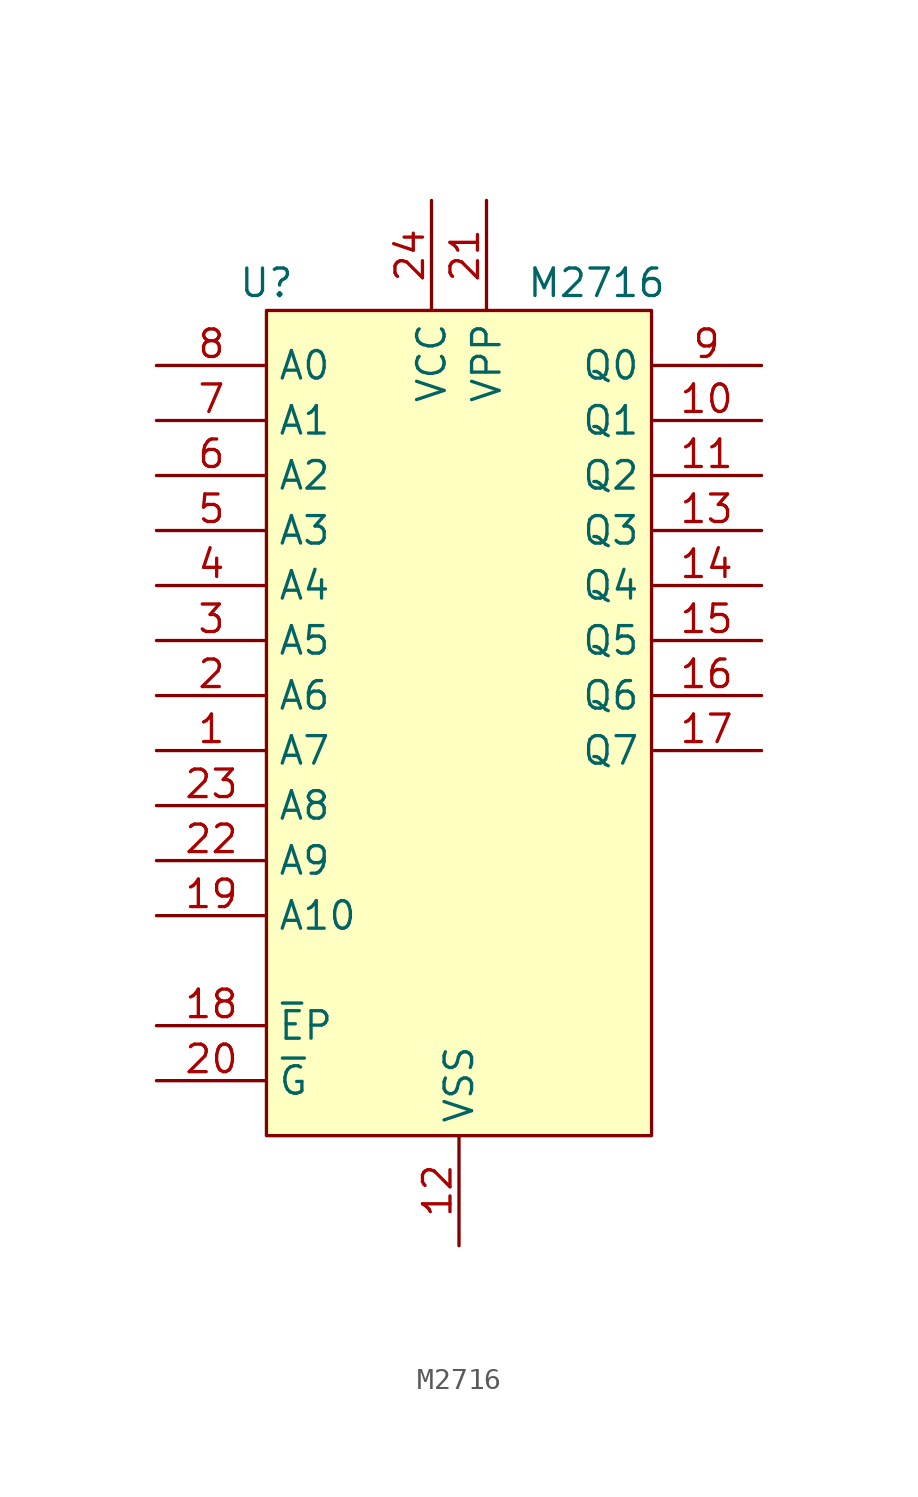
<source format=kicad_sym>
(kicad_symbol_lib
  (version 20211014)
  (generator kicad_symbol_editor)
  (symbol "M2716"
    (property "Reference" "U"
      (at -8.89 20.32 0)
      (effects (font (size 1.27 1.27))))
    (property "Value" "M2716"
      (at 6.35 20.32 0)
      (effects (font (size 1.27 1.27))))
    (symbol "M2716_0_1"
      (rectangle (start -8.89 19.05) (end 8.89 -19.05) (stroke (width 0) (type default) (color 0 0 0 0)) (fill (type background))))
    (symbol "M2716_1_1"
      (pin input line (at -13.97 -1.27 0) (length 5.08) (name "A7" (effects (font (size 1.27 1.27)))) (number "1" (effects (font (size 1.27 1.27)))))
      (pin tri_state line (at 13.97 13.97 180) (length 5.08) (name "Q1" (effects (font (size 1.27 1.27)))) (number "10" (effects (font (size 1.27 1.27)))))
      (pin tri_state line (at 13.97 11.43 180) (length 5.08) (name "Q2" (effects (font (size 1.27 1.27)))) (number "11" (effects (font (size 1.27 1.27)))))
      (pin power_in line (at 0 -24.13 90) (length 5.08) (name "VSS" (effects (font (size 1.27 1.27)))) (number "12" (effects (font (size 1.27 1.27)))))
      (pin tri_state line (at 13.97 8.89 180) (length 5.08) (name "Q3" (effects (font (size 1.27 1.27)))) (number "13" (effects (font (size 1.27 1.27)))))
      (pin tri_state line (at 13.97 6.35 180) (length 5.08) (name "Q4" (effects (font (size 1.27 1.27)))) (number "14" (effects (font (size 1.27 1.27)))))
      (pin tri_state line (at 13.97 3.81 180) (length 5.08) (name "Q5" (effects (font (size 1.27 1.27)))) (number "15" (effects (font (size 1.27 1.27)))))
      (pin tri_state line (at 13.97 1.27 180) (length 5.08) (name "Q6" (effects (font (size 1.27 1.27)))) (number "16" (effects (font (size 1.27 1.27)))))
      (pin tri_state line (at 13.97 -1.27 180) (length 5.08) (name "Q7" (effects (font (size 1.27 1.27)))) (number "17" (effects (font (size 1.27 1.27)))))
      (pin input line (at -13.97 -13.97 0) (length 5.08) (name "~{E}P" (effects (font (size 1.27 1.27)))) (number "18" (effects (font (size 1.27 1.27)))))
      (pin input line (at -13.97 -8.89 0) (length 5.08) (name "A10" (effects (font (size 1.27 1.27)))) (number "19" (effects (font (size 1.27 1.27)))))
      (pin input line (at -13.97 1.27 0) (length 5.08) (name "A6" (effects (font (size 1.27 1.27)))) (number "2" (effects (font (size 1.27 1.27)))))
      (pin input line (at -13.97 -16.51 0) (length 5.08) (name "~{G}" (effects (font (size 1.27 1.27)))) (number "20" (effects (font (size 1.27 1.27)))))
      (pin power_in line (at 1.27 24.13 270) (length 5.08) (name "VPP" (effects (font (size 1.27 1.27)))) (number "21" (effects (font (size 1.27 1.27)))))
      (pin input line (at -13.97 -6.35 0) (length 5.08) (name "A9" (effects (font (size 1.27 1.27)))) (number "22" (effects (font (size 1.27 1.27)))))
      (pin input line (at -13.97 -3.81 0) (length 5.08) (name "A8" (effects (font (size 1.27 1.27)))) (number "23" (effects (font (size 1.27 1.27)))))
      (pin power_in line (at -1.27 24.13 270) (length 5.08) (name "VCC" (effects (font (size 1.27 1.27)))) (number "24" (effects (font (size 1.27 1.27)))))
      (pin input line (at -13.97 3.81 0) (length 5.08) (name "A5" (effects (font (size 1.27 1.27)))) (number "3" (effects (font (size 1.27 1.27)))))
      (pin input line (at -13.97 6.35 0) (length 5.08) (name "A4" (effects (font (size 1.27 1.27)))) (number "4" (effects (font (size 1.27 1.27)))))
      (pin input line (at -13.97 8.89 0) (length 5.08) (name "A3" (effects (font (size 1.27 1.27)))) (number "5" (effects (font (size 1.27 1.27)))))
      (pin input line (at -13.97 11.43 0) (length 5.08) (name "A2" (effects (font (size 1.27 1.27)))) (number "6" (effects (font (size 1.27 1.27)))))
      (pin input line (at -13.97 13.97 0) (length 5.08) (name "A1" (effects (font (size 1.27 1.27)))) (number "7" (effects (font (size 1.27 1.27)))))
      (pin input line (at -13.97 16.51 0) (length 5.08) (name "A0" (effects (font (size 1.27 1.27)))) (number "8" (effects (font (size 1.27 1.27)))))
      (pin tri_state line (at 13.97 16.51 180) (length 5.08) (name "Q0" (effects (font (size 1.27 1.27)))) (number "9" (effects (font (size 1.27 1.27))))))))
</source>
